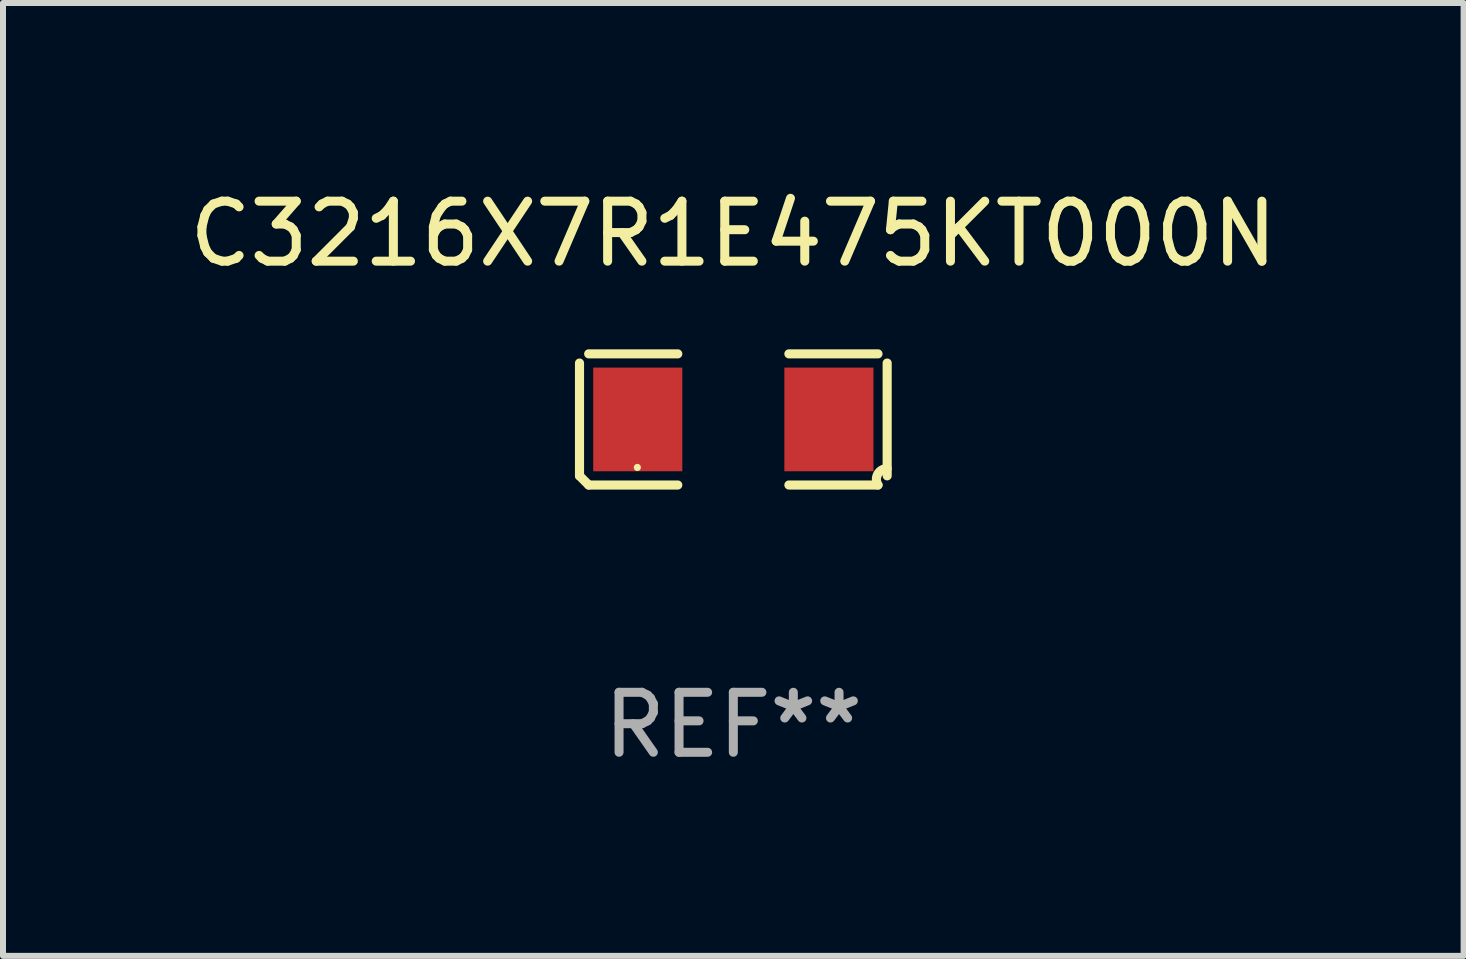
<source format=kicad_pcb>
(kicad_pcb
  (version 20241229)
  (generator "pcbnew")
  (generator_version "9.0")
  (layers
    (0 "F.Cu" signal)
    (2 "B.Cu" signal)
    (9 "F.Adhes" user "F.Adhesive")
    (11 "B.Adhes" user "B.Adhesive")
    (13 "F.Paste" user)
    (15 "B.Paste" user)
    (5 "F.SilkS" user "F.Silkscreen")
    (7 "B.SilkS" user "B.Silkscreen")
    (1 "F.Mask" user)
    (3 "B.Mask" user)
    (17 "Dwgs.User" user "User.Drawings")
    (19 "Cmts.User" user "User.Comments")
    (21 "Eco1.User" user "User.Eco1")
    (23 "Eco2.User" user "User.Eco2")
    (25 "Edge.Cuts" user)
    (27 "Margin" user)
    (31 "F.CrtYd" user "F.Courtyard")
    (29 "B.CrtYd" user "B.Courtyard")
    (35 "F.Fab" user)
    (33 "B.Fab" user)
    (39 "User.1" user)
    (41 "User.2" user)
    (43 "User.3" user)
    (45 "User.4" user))
  (footprint "C3216X7R1E475KT000N"
    (layer "F.Cu")
    (at 9.173 3.941)
    (property "Reference" "C3216X7R1E475KT000N" (at 0 -3.093 0) (layer "F.SilkS") (effects (font (size 1 1) (thickness 0.15))))
    (attr through_hole)
    (fp_line (start -2.564 0.94) (end -2.564 -0.94) (stroke (width 0.152) (type solid)) (layer "F.SilkS"))
    (fp_line (start -2.411 -1.093) (end -0.926 -1.093) (stroke (width 0.152) (type solid)) (layer "F.SilkS"))
    (fp_line (start -0.926 1.093) (end -2.411 1.093) (stroke (width 0.152) (type solid)) (layer "F.SilkS"))
    (fp_line (start 0.926 1.093) (end 2.411 1.093) (stroke (width 0.152) (type solid)) (layer "F.SilkS"))
    (fp_line (start 2.411 -1.093) (end 0.926 -1.093) (stroke (width 0.152) (type solid)) (layer "F.SilkS"))
    (fp_line (start 2.564 0.94) (end 2.564 -0.94) (stroke (width 0.152) (type solid)) (layer "F.SilkS"))
    (fp_arc (start -2.411201 1.092609) (mid -2.487413 1.01642) (end -2.563602 0.940208) (stroke (width 0.1524) (type solid)) (layer "F.SilkS"))
    (fp_arc (start 2.411201 1.092609) (mid 2.407159 0.911226) (end 2.563602 0.819347) (stroke (width 0.1524) (type solid)) (layer "F.SilkS"))
    (fp_circle (center -1.6 0.8) (end -1.57 0.8) (stroke (width 0.06) (type solid)) (fill no) (layer "F.SilkS"))
    (fp_text user "REF**" (at 0 5.093 0) (layer "F.Fab") (effects (font (size 1 1) (thickness 0.15))))
    (pad "1" smd rect (at -1.593 0) (size 1.485 1.728) (layers "F.Cu" "F.Mask" "F.Paste"))
    (pad "2" smd rect (at 1.593 0) (size 1.485 1.728) (layers "F.Cu" "F.Mask" "F.Paste")))
  (gr_rect
    (start -3 -3)
    (end 21.345 12.882)
    (stroke (width 0.1) (type default))
    (fill no)
    (layer "Edge.Cuts")))
</source>
